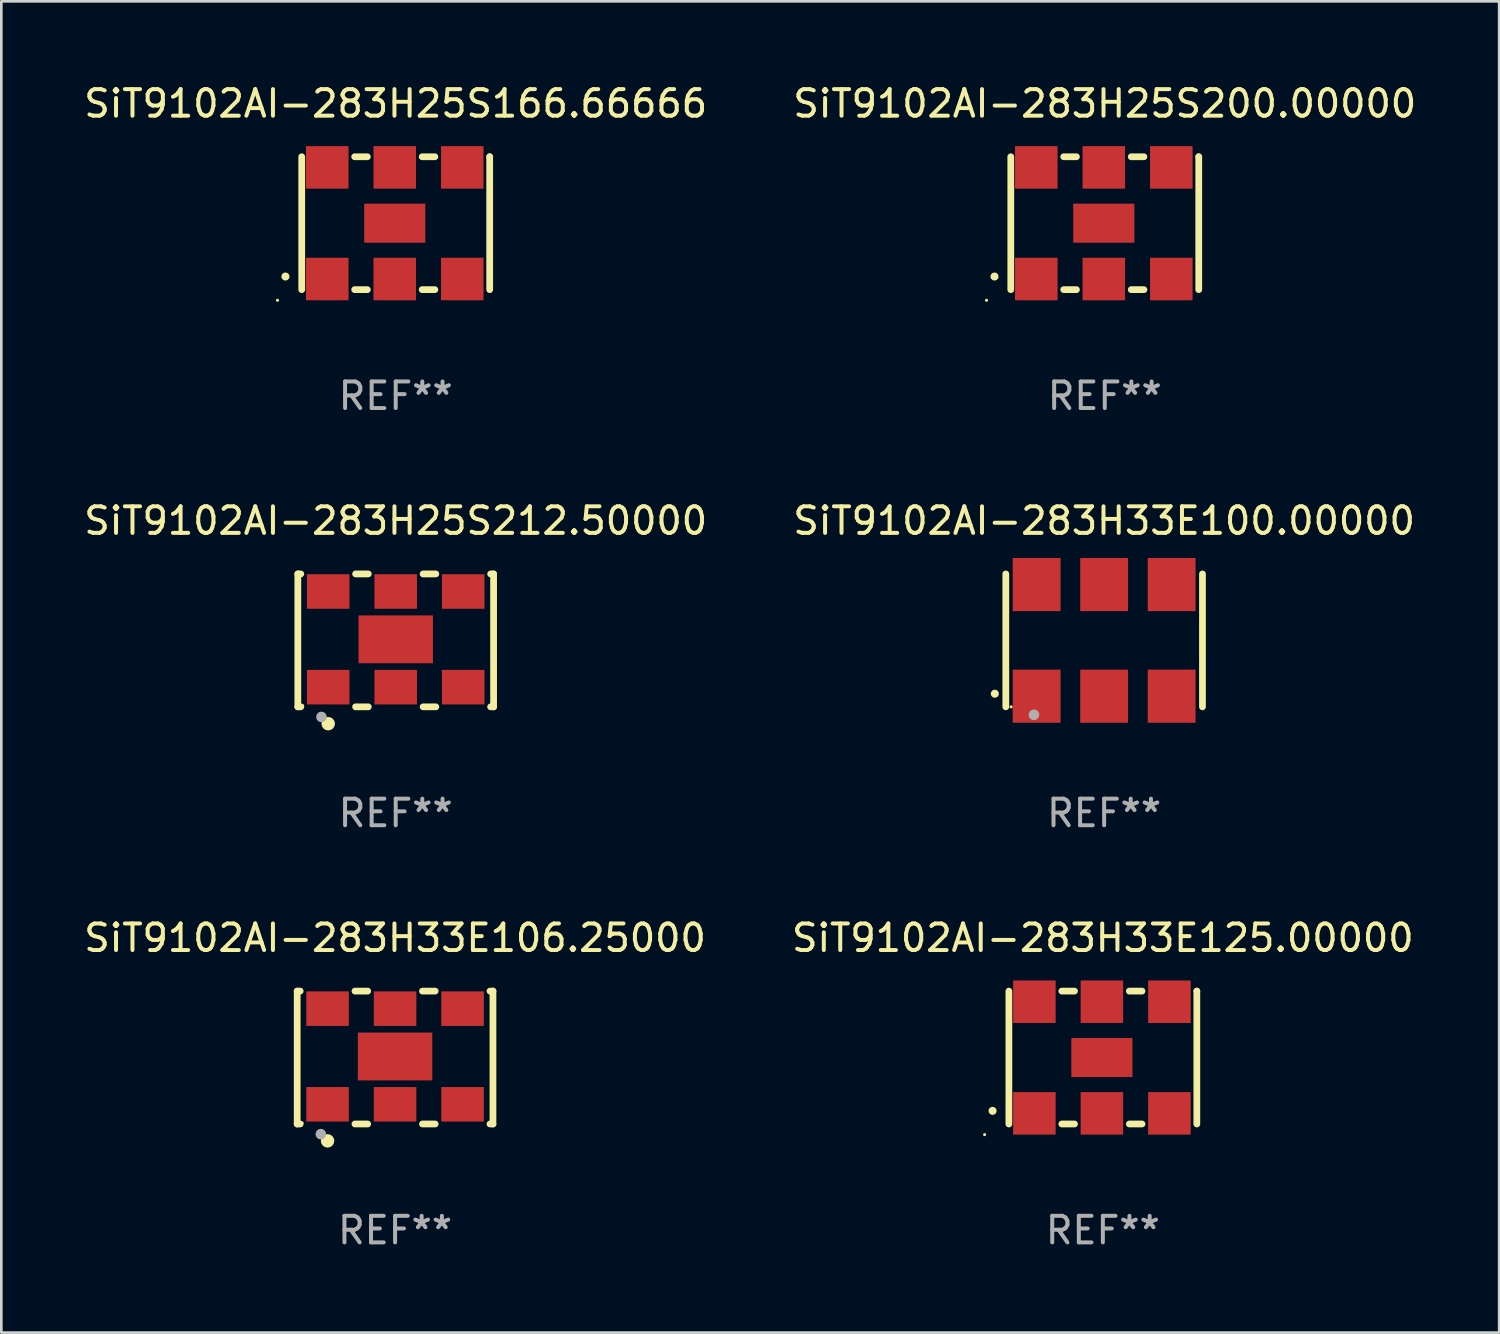
<source format=kicad_pcb>
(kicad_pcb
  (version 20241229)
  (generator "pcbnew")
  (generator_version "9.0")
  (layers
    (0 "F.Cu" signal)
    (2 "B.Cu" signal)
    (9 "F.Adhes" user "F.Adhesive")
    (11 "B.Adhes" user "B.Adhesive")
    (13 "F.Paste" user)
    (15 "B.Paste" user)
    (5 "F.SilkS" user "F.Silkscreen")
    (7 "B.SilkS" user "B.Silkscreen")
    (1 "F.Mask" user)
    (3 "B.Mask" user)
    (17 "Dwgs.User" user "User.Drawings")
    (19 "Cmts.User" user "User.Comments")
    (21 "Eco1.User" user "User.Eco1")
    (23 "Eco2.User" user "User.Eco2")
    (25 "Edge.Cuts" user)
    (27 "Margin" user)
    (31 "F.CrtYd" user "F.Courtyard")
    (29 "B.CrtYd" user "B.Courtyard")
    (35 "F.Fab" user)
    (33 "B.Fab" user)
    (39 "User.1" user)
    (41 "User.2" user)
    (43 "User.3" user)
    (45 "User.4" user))
  (footprint "SiT9102AI-283H33E100.00000"
    (layer "F.Cu")
    (at 38.494 21.045)
    (property "Reference" "SiT9102AI-283H33E100.00000" (at 0 -4.5 0) (layer "F.SilkS") (effects (font (size 1 1) (thickness 0.15))))
    (attr through_hole)
    (fp_line (start -3.7 -2.5) (end -3.7 2.5) (stroke (width 0.254) (type solid)) (layer "F.SilkS"))
    (fp_line (start 3.7 -2.5) (end 3.7 2.5) (stroke (width 0.254) (type solid)) (layer "F.SilkS"))
    (fp_arc (start -4.114415 2.006604) (mid -4.113145 2.006599) (end -4.111875 2.006604) (stroke (width 0.3) (type solid)) (layer "F.SilkS"))
    (fp_circle (center -3.5 2.501) (end -3.47 2.501) (stroke (width 0.06) (type solid)) (fill no) (layer "F.SilkS"))
    (fp_circle (center -2.641 2.799) (end -2.541 2.799) (stroke (width 0.2) (type solid)) (fill no) (layer "F.Fab"))
    (fp_text user "REF**" (at 0 6.5 0) (layer "F.Fab") (effects (font (size 1 1) (thickness 0.15))))
    (pad "1" smd rect (at -2.54 2.1) (size 1.8 2) (layers "F.Cu" "F.Mask" "F.Paste"))
    (pad "2" smd rect (at 0.000394 2.1) (size 1.8 2) (layers "F.Cu" "F.Mask" "F.Paste"))
    (pad "3" smd rect (at 2.54 2.1) (size 1.8 2) (layers "F.Cu" "F.Mask" "F.Paste"))
    (pad "4" smd rect (at 2.54 -2.1) (size 1.8 2) (layers "F.Cu" "F.Mask" "F.Paste"))
    (pad "5" smd rect (at 0.000394 -2.1) (size 1.8 2) (layers "F.Cu" "F.Mask" "F.Paste"))
    (pad "6" smd rect (at -2.54 -2.1) (size 1.8 2) (layers "F.Cu" "F.Mask" "F.Paste")))
  (footprint "SiT9102AI-283H25S200.00000"
    (layer "F.Cu")
    (at 38.518 5.348)
    (property "Reference" "SiT9102AI-283H25S200.00000" (at 0 -4.5 0) (layer "F.SilkS") (effects (font (size 1 1) (thickness 0.15))))
    (attr through_hole)
    (fp_line (start -3.536 -2.5) (end -3.536 2.5) (stroke (width 0.254) (type solid)) (layer "F.SilkS"))
    (fp_line (start -1.544 2.5) (end -1.067 2.5) (stroke (width 0.254) (type solid)) (layer "F.SilkS"))
    (fp_line (start -1.067 -2.5) (end -1.544 -2.5) (stroke (width 0.254) (type solid)) (layer "F.SilkS"))
    (fp_line (start 0.996 2.5) (end 1.473 2.5) (stroke (width 0.254) (type solid)) (layer "F.SilkS"))
    (fp_line (start 1.473 -2.5) (end 0.996 -2.5) (stroke (width 0.254) (type solid)) (layer "F.SilkS"))
    (fp_line (start 3.536 -2.5) (end 3.536 -2.5) (stroke (width 0.254) (type solid)) (layer "F.SilkS"))
    (fp_line (start 3.536 2.5) (end 3.536 -2.5) (stroke (width 0.254) (type solid)) (layer "F.SilkS"))
    (fp_arc (start -4.150432 2.006604) (mid -4.149162 2.006599) (end -4.147892 2.006604) (stroke (width 0.3) (type solid)) (layer "F.SilkS"))
    (fp_circle (center -4.449 2.9) (end -4.419 2.9) (stroke (width 0.06) (type solid)) (fill no) (layer "F.SilkS"))
    (fp_text user "REF**" (at 0 6.5 0) (layer "F.Fab") (effects (font (size 1 1) (thickness 0.15))))
    (pad "1" smd rect (at -2.576 2.1) (size 1.6 1.6) (layers "F.Cu" "F.Mask" "F.Paste"))
    (pad "2" smd rect (at -0.036 2.1) (size 1.6 1.6) (layers "F.Cu" "F.Mask" "F.Paste"))
    (pad "3" smd rect (at 2.504 2.1) (size 1.6 1.6) (layers "F.Cu" "F.Mask" "F.Paste"))
    (pad "4" smd rect (at 2.504 -2.1) (size 1.6 1.6) (layers "F.Cu" "F.Mask" "F.Paste"))
    (pad "5" smd rect (at -0.036 -2.1) (size 1.6 1.6) (layers "F.Cu" "F.Mask" "F.Paste"))
    (pad "6" smd rect (at -2.576 -2.1) (size 1.6 1.6) (layers "F.Cu" "F.Mask" "F.Paste"))
    (pad "7" smd rect (at -0.036 0) (size 2.3 1.47) (layers "F.Cu" "F.Mask" "F.Paste")))
  (footprint "SiT9102AI-283H25S166.66666"
    (layer "F.Cu")
    (at 11.839 5.348)
    (property "Reference" "SiT9102AI-283H25S166.66666" (at 0 -4.5 0) (layer "F.SilkS") (effects (font (size 1 1) (thickness 0.15))))
    (attr through_hole)
    (fp_line (start -3.536 -2.5) (end -3.536 2.5) (stroke (width 0.254) (type solid)) (layer "F.SilkS"))
    (fp_line (start -1.544 2.5) (end -1.067 2.5) (stroke (width 0.254) (type solid)) (layer "F.SilkS"))
    (fp_line (start -1.067 -2.5) (end -1.544 -2.5) (stroke (width 0.254) (type solid)) (layer "F.SilkS"))
    (fp_line (start 0.996 2.5) (end 1.473 2.5) (stroke (width 0.254) (type solid)) (layer "F.SilkS"))
    (fp_line (start 1.473 -2.5) (end 0.996 -2.5) (stroke (width 0.254) (type solid)) (layer "F.SilkS"))
    (fp_line (start 3.536 -2.5) (end 3.536 -2.5) (stroke (width 0.254) (type solid)) (layer "F.SilkS"))
    (fp_line (start 3.536 2.5) (end 3.536 -2.5) (stroke (width 0.254) (type solid)) (layer "F.SilkS"))
    (fp_arc (start -4.150432 2.006604) (mid -4.149162 2.006599) (end -4.147892 2.006604) (stroke (width 0.3) (type solid)) (layer "F.SilkS"))
    (fp_circle (center -4.449 2.9) (end -4.419 2.9) (stroke (width 0.06) (type solid)) (fill no) (layer "F.SilkS"))
    (fp_text user "REF**" (at 0 6.5 0) (layer "F.Fab") (effects (font (size 1 1) (thickness 0.15))))
    (pad "1" smd rect (at -2.576 2.1) (size 1.6 1.6) (layers "F.Cu" "F.Mask" "F.Paste"))
    (pad "2" smd rect (at -0.036 2.1) (size 1.6 1.6) (layers "F.Cu" "F.Mask" "F.Paste"))
    (pad "3" smd rect (at 2.504 2.1) (size 1.6 1.6) (layers "F.Cu" "F.Mask" "F.Paste"))
    (pad "4" smd rect (at 2.504 -2.1) (size 1.6 1.6) (layers "F.Cu" "F.Mask" "F.Paste"))
    (pad "5" smd rect (at -0.036 -2.1) (size 1.6 1.6) (layers "F.Cu" "F.Mask" "F.Paste"))
    (pad "6" smd rect (at -2.576 -2.1) (size 1.6 1.6) (layers "F.Cu" "F.Mask" "F.Paste"))
    (pad "7" smd rect (at -0.036 0) (size 2.3 1.47) (layers "F.Cu" "F.Mask" "F.Paste")))
  (footprint "SiT9102AI-283H33E125.00000"
    (layer "F.Cu")
    (at 38.446 36.741)
    (property "Reference" "SiT9102AI-283H33E125.00000" (at 0 -4.5 0) (layer "F.SilkS") (effects (font (size 1 1) (thickness 0.15))))
    (attr through_hole)
    (fp_line (start -3.536 -2.5) (end -3.536 2.5) (stroke (width 0.254) (type solid)) (layer "F.SilkS"))
    (fp_line (start -1.544 2.5) (end -1.067 2.5) (stroke (width 0.254) (type solid)) (layer "F.SilkS"))
    (fp_line (start -1.067 -2.5) (end -1.544 -2.5) (stroke (width 0.254) (type solid)) (layer "F.SilkS"))
    (fp_line (start 0.996 2.5) (end 1.473 2.5) (stroke (width 0.254) (type solid)) (layer "F.SilkS"))
    (fp_line (start 1.473 -2.5) (end 0.996 -2.5) (stroke (width 0.254) (type solid)) (layer "F.SilkS"))
    (fp_line (start 3.536 -2.5) (end 3.536 -2.5) (stroke (width 0.254) (type solid)) (layer "F.SilkS"))
    (fp_line (start 3.536 2.5) (end 3.536 -2.5) (stroke (width 0.254) (type solid)) (layer "F.SilkS"))
    (fp_arc (start -4.150432 2.006604) (mid -4.149162 2.006599) (end -4.147892 2.006604) (stroke (width 0.3) (type solid)) (layer "F.SilkS"))
    (fp_circle (center -4.449 2.9) (end -4.419 2.9) (stroke (width 0.06) (type solid)) (fill no) (layer "F.SilkS"))
    (fp_text user "REF**" (at 0 6.5 0) (layer "F.Fab") (effects (font (size 1 1) (thickness 0.15))))
    (pad "1" smd rect (at -2.576 2.1) (size 1.6 1.6) (layers "F.Cu" "F.Mask" "F.Paste"))
    (pad "2" smd rect (at -0.036 2.1) (size 1.6 1.6) (layers "F.Cu" "F.Mask" "F.Paste"))
    (pad "3" smd rect (at 2.504 2.1) (size 1.6 1.6) (layers "F.Cu" "F.Mask" "F.Paste"))
    (pad "4" smd rect (at 2.504 -2.1) (size 1.6 1.6) (layers "F.Cu" "F.Mask" "F.Paste"))
    (pad "5" smd rect (at -0.036 -2.1) (size 1.6 1.6) (layers "F.Cu" "F.Mask" "F.Paste"))
    (pad "6" smd rect (at -2.576 -2.1) (size 1.6 1.6) (layers "F.Cu" "F.Mask" "F.Paste"))
    (pad "7" smd rect (at -0.036 0) (size 2.3 1.47) (layers "F.Cu" "F.Mask" "F.Paste")))
  (footprint "SiT9102AI-283H25S212.50000"
    (layer "F.Cu")
    (at 11.839 21.045)
    (property "Reference" "SiT9102AI-283H25S212.50000" (at 0 -4.5 0) (layer "F.SilkS") (effects (font (size 1 1) (thickness 0.15))))
    (attr through_hole)
    (fp_line (start -3.683 -2.5) (end -3.571 -2.5) (stroke (width 0.254) (type solid)) (layer "F.SilkS"))
    (fp_line (start -3.683 2.5) (end -3.683 -2.5) (stroke (width 0.254) (type solid)) (layer "F.SilkS"))
    (fp_line (start -3.683 2.5) (end -3.571 2.5) (stroke (width 0.254) (type solid)) (layer "F.SilkS"))
    (fp_line (start -1.509 -2.5) (end -1.031 -2.5) (stroke (width 0.254) (type solid)) (layer "F.SilkS"))
    (fp_line (start -1.509 2.5) (end -1.031 2.5) (stroke (width 0.254) (type solid)) (layer "F.SilkS"))
    (fp_line (start 1.031 -2.5) (end 1.509 -2.5) (stroke (width 0.254) (type solid)) (layer "F.SilkS"))
    (fp_line (start 1.031 2.5) (end 1.509 2.5) (stroke (width 0.254) (type solid)) (layer "F.SilkS"))
    (fp_line (start 3.571 -2.5) (end 3.683 -2.5) (stroke (width 0.254) (type solid)) (layer "F.SilkS"))
    (fp_line (start 3.571 2.5) (end 3.683 2.5) (stroke (width 0.254) (type solid)) (layer "F.SilkS"))
    (fp_line (start 3.683 2.5) (end 3.683 -2.5) (stroke (width 0.254) (type solid)) (layer "F.SilkS"))
    (fp_circle (center -3.5 2.46) (end -3.47 2.46) (stroke (width 0.06) (type solid)) (fill no) (layer "F.SilkS"))
    (fp_circle (center -2.54 3.135) (end -2.413 3.135) (stroke (width 0.254) (type solid)) (fill no) (layer "F.SilkS"))
    (fp_circle (center -2.794 2.881) (end -2.694 2.881) (stroke (width 0.2) (type solid)) (fill no) (layer "F.Fab"))
    (fp_text user "REF**" (at 0 6.5 0) (layer "F.Fab") (effects (font (size 1 1) (thickness 0.15))))
    (pad "1" smd rect (at -2.54 1.76) (size 1.6 1.3) (layers "F.Cu" "F.Mask" "F.Paste"))
    (pad "2" smd rect (at 0 1.76) (size 1.6 1.3) (layers "F.Cu" "F.Mask" "F.Paste"))
    (pad "3" smd rect (at 2.54 1.76) (size 1.6 1.3) (layers "F.Cu" "F.Mask" "F.Paste"))
    (pad "4" smd rect (at 2.54 -1.84) (size 1.6 1.3) (layers "F.Cu" "F.Mask" "F.Paste"))
    (pad "5" smd rect (at 0 -1.84) (size 1.6 1.3) (layers "F.Cu" "F.Mask" "F.Paste"))
    (pad "6" smd rect (at -2.54 -1.84) (size 1.6 1.3) (layers "F.Cu" "F.Mask" "F.Paste"))
    (pad "7" smd rect (at 0 -0.04) (size 2.8 1.8) (layers "F.Cu" "F.Mask" "F.Paste")))
  (footprint "SiT9102AI-283H33E106.25000"
    (layer "F.Cu")
    (at 11.815 36.741)
    (property "Reference" "SiT9102AI-283H33E106.25000" (at 0 -4.5 0) (layer "F.SilkS") (effects (font (size 1 1) (thickness 0.15))))
    (attr through_hole)
    (fp_line (start -3.683 -2.5) (end -3.571 -2.5) (stroke (width 0.254) (type solid)) (layer "F.SilkS"))
    (fp_line (start -3.683 2.5) (end -3.683 -2.5) (stroke (width 0.254) (type solid)) (layer "F.SilkS"))
    (fp_line (start -3.683 2.5) (end -3.571 2.5) (stroke (width 0.254) (type solid)) (layer "F.SilkS"))
    (fp_line (start -1.509 -2.5) (end -1.031 -2.5) (stroke (width 0.254) (type solid)) (layer "F.SilkS"))
    (fp_line (start -1.509 2.5) (end -1.031 2.5) (stroke (width 0.254) (type solid)) (layer "F.SilkS"))
    (fp_line (start 1.031 -2.5) (end 1.509 -2.5) (stroke (width 0.254) (type solid)) (layer "F.SilkS"))
    (fp_line (start 1.031 2.5) (end 1.509 2.5) (stroke (width 0.254) (type solid)) (layer "F.SilkS"))
    (fp_line (start 3.571 -2.5) (end 3.683 -2.5) (stroke (width 0.254) (type solid)) (layer "F.SilkS"))
    (fp_line (start 3.571 2.5) (end 3.683 2.5) (stroke (width 0.254) (type solid)) (layer "F.SilkS"))
    (fp_line (start 3.683 2.5) (end 3.683 -2.5) (stroke (width 0.254) (type solid)) (layer "F.SilkS"))
    (fp_circle (center -3.5 2.46) (end -3.47 2.46) (stroke (width 0.06) (type solid)) (fill no) (layer "F.SilkS"))
    (fp_circle (center -2.54 3.135) (end -2.413 3.135) (stroke (width 0.254) (type solid)) (fill no) (layer "F.SilkS"))
    (fp_circle (center -2.794 2.881) (end -2.694 2.881) (stroke (width 0.2) (type solid)) (fill no) (layer "F.Fab"))
    (fp_text user "REF**" (at 0 6.5 0) (layer "F.Fab") (effects (font (size 1 1) (thickness 0.15))))
    (pad "1" smd rect (at -2.54 1.76) (size 1.6 1.3) (layers "F.Cu" "F.Mask" "F.Paste"))
    (pad "2" smd rect (at 0 1.76) (size 1.6 1.3) (layers "F.Cu" "F.Mask" "F.Paste"))
    (pad "3" smd rect (at 2.54 1.76) (size 1.6 1.3) (layers "F.Cu" "F.Mask" "F.Paste"))
    (pad "4" smd rect (at 2.54 -1.84) (size 1.6 1.3) (layers "F.Cu" "F.Mask" "F.Paste"))
    (pad "5" smd rect (at 0 -1.84) (size 1.6 1.3) (layers "F.Cu" "F.Mask" "F.Paste"))
    (pad "6" smd rect (at -2.54 -1.84) (size 1.6 1.3) (layers "F.Cu" "F.Mask" "F.Paste"))
    (pad "7" smd rect (at 0 -0.04) (size 2.8 1.8) (layers "F.Cu" "F.Mask" "F.Paste")))
  (gr_rect
    (start -3 -3)
    (end 53.357 47.09)
    (stroke (width 0.1) (type default))
    (fill no)
    (layer "Edge.Cuts")))
</source>
